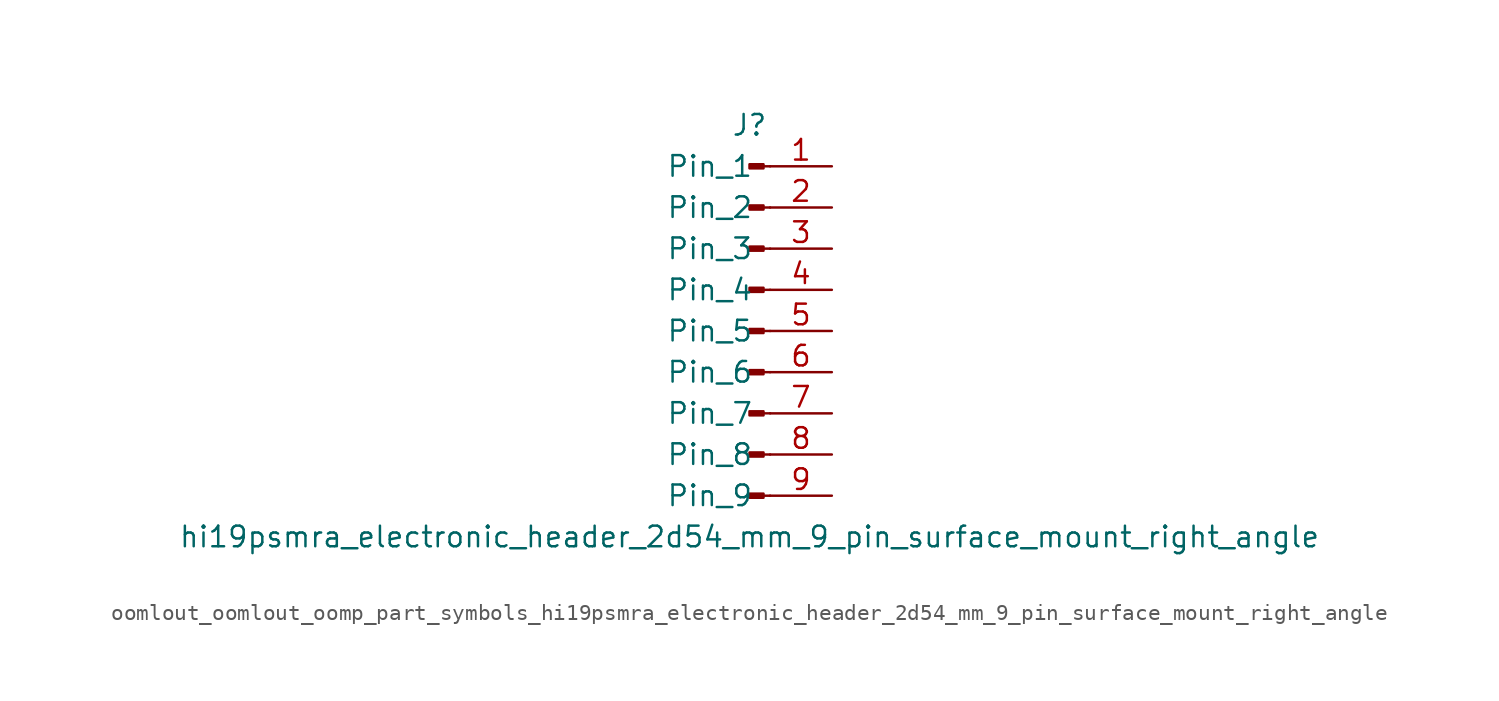
<source format=kicad_sym>
(kicad_symbol_lib
  (version 20220914)
  (generator kicad_symbol_editor)
  (symbol "oomlout_oomlout_oomp_part_symbols_hi19psmra_electronic_header_2d54_mm_9_pin_surface_mount_right_angle"
    (pin_names
      (offset 1.016))
    (property "Reference" "J"
      (at 0 12.7 0)
      (effects (font (size 1.27 1.27))))
    (property "Value" "hi19psmra_electronic_header_2d54_mm_9_pin_surface_mount_right_angle"
      (at 0 -12.7 0)
      (effects (font (size 1.27 1.27))))
    (property "ki_locked" ""
      (at 0 0 0)
      (effects (font (size 1.27 1.27))))
    (symbol "oomlout_oomlout_oomp_part_symbols_hi19psmra_electronic_header_2d54_mm_9_pin_surface_mount_right_angle_1_1"
      (polyline (pts (xy 1.27 -10.16) (xy 0.864 -10.16)) (stroke (width 0.152) (type default)) (fill (type none)))
      (polyline (pts (xy 1.27 -7.62) (xy 0.864 -7.62)) (stroke (width 0.152) (type default)) (fill (type none)))
      (polyline (pts (xy 1.27 -5.08) (xy 0.864 -5.08)) (stroke (width 0.152) (type default)) (fill (type none)))
      (polyline (pts (xy 1.27 -2.54) (xy 0.864 -2.54)) (stroke (width 0.152) (type default)) (fill (type none)))
      (polyline (pts (xy 1.27 0) (xy 0.864 0)) (stroke (width 0.152) (type default)) (fill (type none)))
      (polyline (pts (xy 1.27 2.54) (xy 0.864 2.54)) (stroke (width 0.152) (type default)) (fill (type none)))
      (polyline (pts (xy 1.27 5.08) (xy 0.864 5.08)) (stroke (width 0.152) (type default)) (fill (type none)))
      (polyline (pts (xy 1.27 7.62) (xy 0.864 7.62)) (stroke (width 0.152) (type default)) (fill (type none)))
      (polyline (pts (xy 1.27 10.16) (xy 0.864 10.16)) (stroke (width 0.152) (type default)) (fill (type none)))
      (rectangle (start 0.864 -10.033) (end 0 -10.287) (stroke (width 0.152) (type default)) (fill (type outline)))
      (rectangle (start 0.864 -7.493) (end 0 -7.747) (stroke (width 0.152) (type default)) (fill (type outline)))
      (rectangle (start 0.864 -4.953) (end 0 -5.207) (stroke (width 0.152) (type default)) (fill (type outline)))
      (rectangle (start 0.864 -2.413) (end 0 -2.667) (stroke (width 0.152) (type default)) (fill (type outline)))
      (rectangle (start 0.864 0.127) (end 0 -0.127) (stroke (width 0.152) (type default)) (fill (type outline)))
      (rectangle (start 0.864 2.667) (end 0 2.413) (stroke (width 0.152) (type default)) (fill (type outline)))
      (rectangle (start 0.864 5.207) (end 0 4.953) (stroke (width 0.152) (type default)) (fill (type outline)))
      (rectangle (start 0.864 7.747) (end 0 7.493) (stroke (width 0.152) (type default)) (fill (type outline)))
      (rectangle (start 0.864 10.287) (end 0 10.033) (stroke (width 0.152) (type default)) (fill (type outline)))
      (pin passive line (at 5.08 10.16 180) (length 3.81) (name "Pin_1" (effects (font (size 1.27 1.27)))) (number "1" (effects (font (size 1.27 1.27)))))
      (pin passive line (at 5.08 7.62 180) (length 3.81) (name "Pin_2" (effects (font (size 1.27 1.27)))) (number "2" (effects (font (size 1.27 1.27)))))
      (pin passive line (at 5.08 5.08 180) (length 3.81) (name "Pin_3" (effects (font (size 1.27 1.27)))) (number "3" (effects (font (size 1.27 1.27)))))
      (pin passive line (at 5.08 2.54 180) (length 3.81) (name "Pin_4" (effects (font (size 1.27 1.27)))) (number "4" (effects (font (size 1.27 1.27)))))
      (pin passive line (at 5.08 0 180) (length 3.81) (name "Pin_5" (effects (font (size 1.27 1.27)))) (number "5" (effects (font (size 1.27 1.27)))))
      (pin passive line (at 5.08 -2.54 180) (length 3.81) (name "Pin_6" (effects (font (size 1.27 1.27)))) (number "6" (effects (font (size 1.27 1.27)))))
      (pin passive line (at 5.08 -5.08 180) (length 3.81) (name "Pin_7" (effects (font (size 1.27 1.27)))) (number "7" (effects (font (size 1.27 1.27)))))
      (pin passive line (at 5.08 -7.62 180) (length 3.81) (name "Pin_8" (effects (font (size 1.27 1.27)))) (number "8" (effects (font (size 1.27 1.27)))))
      (pin passive line (at 5.08 -10.16 180) (length 3.81) (name "Pin_9" (effects (font (size 1.27 1.27)))) (number "9" (effects (font (size 1.27 1.27))))))))
</source>
